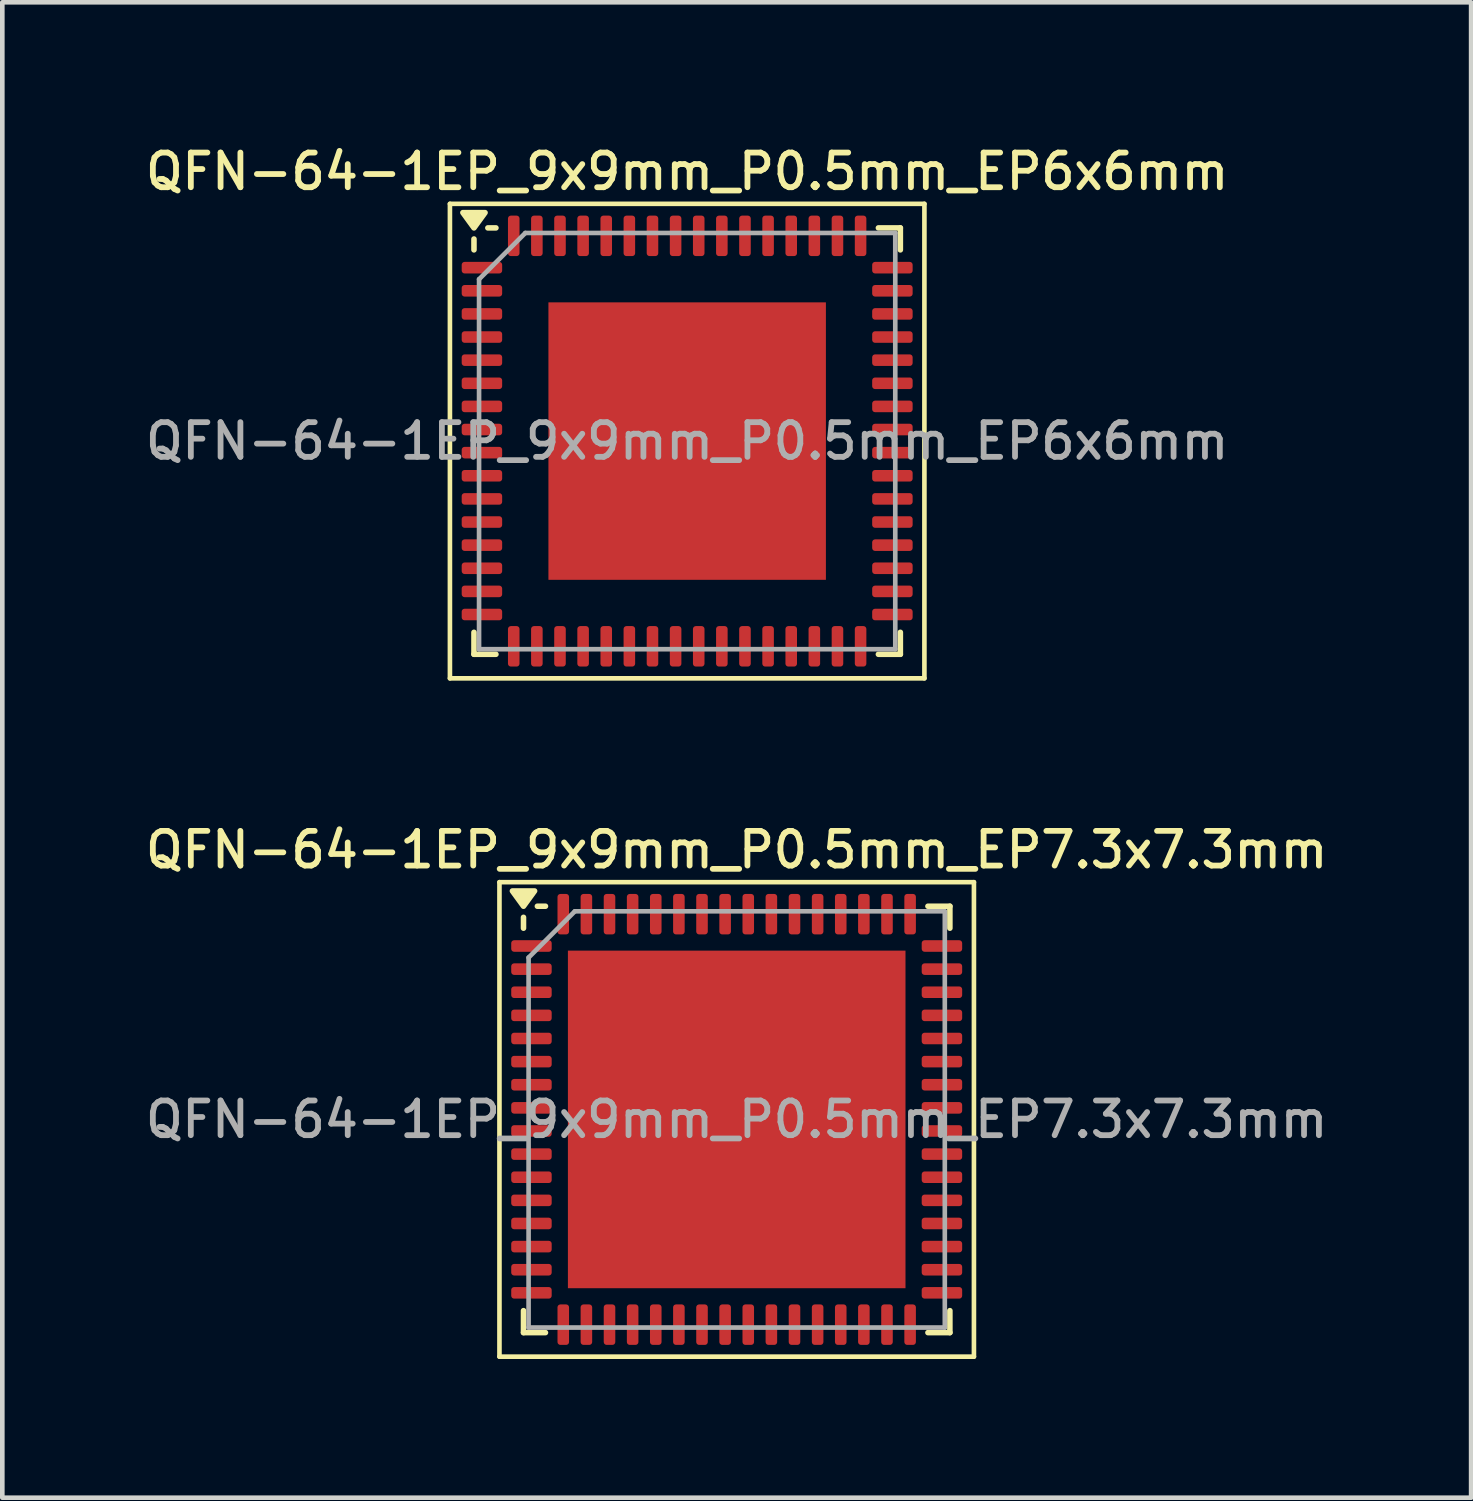
<source format=kicad_pcb>
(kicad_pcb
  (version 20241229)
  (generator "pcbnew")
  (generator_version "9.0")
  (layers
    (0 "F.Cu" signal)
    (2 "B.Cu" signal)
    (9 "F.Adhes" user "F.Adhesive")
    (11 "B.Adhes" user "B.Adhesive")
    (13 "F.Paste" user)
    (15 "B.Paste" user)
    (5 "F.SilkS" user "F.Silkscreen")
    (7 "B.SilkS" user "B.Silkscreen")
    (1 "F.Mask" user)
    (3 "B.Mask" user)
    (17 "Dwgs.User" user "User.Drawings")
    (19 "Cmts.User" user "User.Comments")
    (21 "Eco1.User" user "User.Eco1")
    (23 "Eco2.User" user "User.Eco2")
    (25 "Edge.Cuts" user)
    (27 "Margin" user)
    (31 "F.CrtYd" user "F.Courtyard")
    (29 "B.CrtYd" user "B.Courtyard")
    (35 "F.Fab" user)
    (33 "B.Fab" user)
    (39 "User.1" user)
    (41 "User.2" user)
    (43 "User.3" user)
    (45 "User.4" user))
  (footprint "QFN-64-1EP_9x9mm_P0.5mm_EP7.3x7.3mm"
    (layer "F.Cu")
    (at 12.88 21.156)
    (property "Reference" "QFN-64-1EP_9x9mm_P0.5mm_EP7.3x7.3mm" (at 0 -5.83 0) (layer "F.SilkS") (effects (font (size 0.75 0.75) (thickness 0.125))))
    (attr smd)
    (fp_line (start -5.13 -5.13) (end -5.13 5.13) (stroke (width 0.1) (type solid)) (layer "F.SilkS"))
    (fp_line (start -5.13 5.13) (end 5.13 5.13) (stroke (width 0.1) (type solid)) (layer "F.SilkS"))
    (fp_line (start -4.61 -4.135) (end -4.61 -4.37) (stroke (width 0.12) (type solid)) (layer "F.SilkS"))
    (fp_line (start -4.61 4.61) (end -4.61 4.135) (stroke (width 0.12) (type solid)) (layer "F.SilkS"))
    (fp_line (start -4.135 -4.61) (end -4.31 -4.61) (stroke (width 0.12) (type solid)) (layer "F.SilkS"))
    (fp_line (start -4.135 4.61) (end -4.61 4.61) (stroke (width 0.12) (type solid)) (layer "F.SilkS"))
    (fp_line (start 4.135 -4.61) (end 4.61 -4.61) (stroke (width 0.12) (type solid)) (layer "F.SilkS"))
    (fp_line (start 4.135 4.61) (end 4.61 4.61) (stroke (width 0.12) (type solid)) (layer "F.SilkS"))
    (fp_line (start 4.61 -4.61) (end 4.61 -4.135) (stroke (width 0.12) (type solid)) (layer "F.SilkS"))
    (fp_line (start 4.61 4.61) (end 4.61 4.135) (stroke (width 0.12) (type solid)) (layer "F.SilkS"))
    (fp_line (start 5.13 -5.13) (end -5.13 -5.13) (stroke (width 0.1) (type solid)) (layer "F.SilkS"))
    (fp_line (start 5.13 5.13) (end 5.13 -5.13) (stroke (width 0.1) (type solid)) (layer "F.SilkS"))
    (fp_poly (pts (xy -4.61 -4.61) (xy -4.85 -4.94) (xy -4.37 -4.94) (xy -4.61 -4.61)) (stroke (width 0.12) (type solid)) (fill yes) (layer "F.SilkS"))
    (fp_line (start -4.5 -3.5) (end -3.5 -4.5) (stroke (width 0.1) (type solid)) (layer "F.Fab"))
    (fp_line (start -4.5 4.5) (end -4.5 -3.5) (stroke (width 0.1) (type solid)) (layer "F.Fab"))
    (fp_line (start -3.5 -4.5) (end 4.5 -4.5) (stroke (width 0.1) (type solid)) (layer "F.Fab"))
    (fp_line (start 4.5 -4.5) (end 4.5 4.5) (stroke (width 0.1) (type solid)) (layer "F.Fab"))
    (fp_line (start 4.5 4.5) (end -4.5 4.5) (stroke (width 0.1) (type solid)) (layer "F.Fab"))
    (fp_text user "${REFERENCE}" (at 0 0 0) (layer "F.Fab") (effects (font (size 0.75 0.75) (thickness 0.125))))
    (pad "" smd roundrect (at -2.92 -2.92) (size 1.18 1.18) (layers "F.Paste") (roundrect_rratio 0.212))
    (pad "" smd roundrect (at -2.92 -1.46) (size 1.18 1.18) (layers "F.Paste") (roundrect_rratio 0.212))
    (pad "" smd roundrect (at -2.92 0) (size 1.18 1.18) (layers "F.Paste") (roundrect_rratio 0.212))
    (pad "" smd roundrect (at -2.92 1.46) (size 1.18 1.18) (layers "F.Paste") (roundrect_rratio 0.212))
    (pad "" smd roundrect (at -2.92 2.92) (size 1.18 1.18) (layers "F.Paste") (roundrect_rratio 0.212))
    (pad "" smd roundrect (at -1.46 -2.92) (size 1.18 1.18) (layers "F.Paste") (roundrect_rratio 0.212))
    (pad "" smd roundrect (at -1.46 -1.46) (size 1.18 1.18) (layers "F.Paste") (roundrect_rratio 0.212))
    (pad "" smd roundrect (at -1.46 0) (size 1.18 1.18) (layers "F.Paste") (roundrect_rratio 0.212))
    (pad "" smd roundrect (at -1.46 1.46) (size 1.18 1.18) (layers "F.Paste") (roundrect_rratio 0.212))
    (pad "" smd roundrect (at -1.46 2.92) (size 1.18 1.18) (layers "F.Paste") (roundrect_rratio 0.212))
    (pad "" smd roundrect (at 0 -2.92) (size 1.18 1.18) (layers "F.Paste") (roundrect_rratio 0.212))
    (pad "" smd roundrect (at 0 -1.46) (size 1.18 1.18) (layers "F.Paste") (roundrect_rratio 0.212))
    (pad "" smd roundrect (at 0 0) (size 1.18 1.18) (layers "F.Paste") (roundrect_rratio 0.212))
    (pad "" smd roundrect (at 0 1.46) (size 1.18 1.18) (layers "F.Paste") (roundrect_rratio 0.212))
    (pad "" smd roundrect (at 0 2.92) (size 1.18 1.18) (layers "F.Paste") (roundrect_rratio 0.212))
    (pad "" smd roundrect (at 1.46 -2.92) (size 1.18 1.18) (layers "F.Paste") (roundrect_rratio 0.212))
    (pad "" smd roundrect (at 1.46 -1.46) (size 1.18 1.18) (layers "F.Paste") (roundrect_rratio 0.212))
    (pad "" smd roundrect (at 1.46 0) (size 1.18 1.18) (layers "F.Paste") (roundrect_rratio 0.212))
    (pad "" smd roundrect (at 1.46 1.46) (size 1.18 1.18) (layers "F.Paste") (roundrect_rratio 0.212))
    (pad "" smd roundrect (at 1.46 2.92) (size 1.18 1.18) (layers "F.Paste") (roundrect_rratio 0.212))
    (pad "" smd roundrect (at 2.92 -2.92) (size 1.18 1.18) (layers "F.Paste") (roundrect_rratio 0.212))
    (pad "" smd roundrect (at 2.92 -1.46) (size 1.18 1.18) (layers "F.Paste") (roundrect_rratio 0.212))
    (pad "" smd roundrect (at 2.92 0) (size 1.18 1.18) (layers "F.Paste") (roundrect_rratio 0.212))
    (pad "" smd roundrect (at 2.92 1.46) (size 1.18 1.18) (layers "F.Paste") (roundrect_rratio 0.212))
    (pad "" smd roundrect (at 2.92 2.92) (size 1.18 1.18) (layers "F.Paste") (roundrect_rratio 0.212))
    (pad "1" smd roundrect (at -4.438 -3.75) (size 0.875 0.25) (layers "F.Cu" "F.Mask" "F.Paste") (roundrect_rratio 0.25))
    (pad "2" smd roundrect (at -4.438 -3.25) (size 0.875 0.25) (layers "F.Cu" "F.Mask" "F.Paste") (roundrect_rratio 0.25))
    (pad "3" smd roundrect (at -4.438 -2.75) (size 0.875 0.25) (layers "F.Cu" "F.Mask" "F.Paste") (roundrect_rratio 0.25))
    (pad "4" smd roundrect (at -4.438 -2.25) (size 0.875 0.25) (layers "F.Cu" "F.Mask" "F.Paste") (roundrect_rratio 0.25))
    (pad "5" smd roundrect (at -4.438 -1.75) (size 0.875 0.25) (layers "F.Cu" "F.Mask" "F.Paste") (roundrect_rratio 0.25))
    (pad "6" smd roundrect (at -4.438 -1.25) (size 0.875 0.25) (layers "F.Cu" "F.Mask" "F.Paste") (roundrect_rratio 0.25))
    (pad "7" smd roundrect (at -4.438 -0.75) (size 0.875 0.25) (layers "F.Cu" "F.Mask" "F.Paste") (roundrect_rratio 0.25))
    (pad "8" smd roundrect (at -4.438 -0.25) (size 0.875 0.25) (layers "F.Cu" "F.Mask" "F.Paste") (roundrect_rratio 0.25))
    (pad "9" smd roundrect (at -4.438 0.25) (size 0.875 0.25) (layers "F.Cu" "F.Mask" "F.Paste") (roundrect_rratio 0.25))
    (pad "10" smd roundrect (at -4.438 0.75) (size 0.875 0.25) (layers "F.Cu" "F.Mask" "F.Paste") (roundrect_rratio 0.25))
    (pad "11" smd roundrect (at -4.438 1.25) (size 0.875 0.25) (layers "F.Cu" "F.Mask" "F.Paste") (roundrect_rratio 0.25))
    (pad "12" smd roundrect (at -4.438 1.75) (size 0.875 0.25) (layers "F.Cu" "F.Mask" "F.Paste") (roundrect_rratio 0.25))
    (pad "13" smd roundrect (at -4.438 2.25) (size 0.875 0.25) (layers "F.Cu" "F.Mask" "F.Paste") (roundrect_rratio 0.25))
    (pad "14" smd roundrect (at -4.438 2.75) (size 0.875 0.25) (layers "F.Cu" "F.Mask" "F.Paste") (roundrect_rratio 0.25))
    (pad "15" smd roundrect (at -4.438 3.25) (size 0.875 0.25) (layers "F.Cu" "F.Mask" "F.Paste") (roundrect_rratio 0.25))
    (pad "16" smd roundrect (at -4.438 3.75) (size 0.875 0.25) (layers "F.Cu" "F.Mask" "F.Paste") (roundrect_rratio 0.25))
    (pad "17" smd roundrect (at -3.75 4.438) (size 0.25 0.875) (layers "F.Cu" "F.Mask" "F.Paste") (roundrect_rratio 0.25))
    (pad "18" smd roundrect (at -3.25 4.438) (size 0.25 0.875) (layers "F.Cu" "F.Mask" "F.Paste") (roundrect_rratio 0.25))
    (pad "19" smd roundrect (at -2.75 4.438) (size 0.25 0.875) (layers "F.Cu" "F.Mask" "F.Paste") (roundrect_rratio 0.25))
    (pad "20" smd roundrect (at -2.25 4.438) (size 0.25 0.875) (layers "F.Cu" "F.Mask" "F.Paste") (roundrect_rratio 0.25))
    (pad "21" smd roundrect (at -1.75 4.438) (size 0.25 0.875) (layers "F.Cu" "F.Mask" "F.Paste") (roundrect_rratio 0.25))
    (pad "22" smd roundrect (at -1.25 4.438) (size 0.25 0.875) (layers "F.Cu" "F.Mask" "F.Paste") (roundrect_rratio 0.25))
    (pad "23" smd roundrect (at -0.75 4.438) (size 0.25 0.875) (layers "F.Cu" "F.Mask" "F.Paste") (roundrect_rratio 0.25))
    (pad "24" smd roundrect (at -0.25 4.438) (size 0.25 0.875) (layers "F.Cu" "F.Mask" "F.Paste") (roundrect_rratio 0.25))
    (pad "25" smd roundrect (at 0.25 4.438) (size 0.25 0.875) (layers "F.Cu" "F.Mask" "F.Paste") (roundrect_rratio 0.25))
    (pad "26" smd roundrect (at 0.75 4.438) (size 0.25 0.875) (layers "F.Cu" "F.Mask" "F.Paste") (roundrect_rratio 0.25))
    (pad "27" smd roundrect (at 1.25 4.438) (size 0.25 0.875) (layers "F.Cu" "F.Mask" "F.Paste") (roundrect_rratio 0.25))
    (pad "28" smd roundrect (at 1.75 4.438) (size 0.25 0.875) (layers "F.Cu" "F.Mask" "F.Paste") (roundrect_rratio 0.25))
    (pad "29" smd roundrect (at 2.25 4.438) (size 0.25 0.875) (layers "F.Cu" "F.Mask" "F.Paste") (roundrect_rratio 0.25))
    (pad "30" smd roundrect (at 2.75 4.438) (size 0.25 0.875) (layers "F.Cu" "F.Mask" "F.Paste") (roundrect_rratio 0.25))
    (pad "31" smd roundrect (at 3.25 4.438) (size 0.25 0.875) (layers "F.Cu" "F.Mask" "F.Paste") (roundrect_rratio 0.25))
    (pad "32" smd roundrect (at 3.75 4.438) (size 0.25 0.875) (layers "F.Cu" "F.Mask" "F.Paste") (roundrect_rratio 0.25))
    (pad "33" smd roundrect (at 4.438 3.75) (size 0.875 0.25) (layers "F.Cu" "F.Mask" "F.Paste") (roundrect_rratio 0.25))
    (pad "34" smd roundrect (at 4.438 3.25) (size 0.875 0.25) (layers "F.Cu" "F.Mask" "F.Paste") (roundrect_rratio 0.25))
    (pad "35" smd roundrect (at 4.438 2.75) (size 0.875 0.25) (layers "F.Cu" "F.Mask" "F.Paste") (roundrect_rratio 0.25))
    (pad "36" smd roundrect (at 4.438 2.25) (size 0.875 0.25) (layers "F.Cu" "F.Mask" "F.Paste") (roundrect_rratio 0.25))
    (pad "37" smd roundrect (at 4.438 1.75) (size 0.875 0.25) (layers "F.Cu" "F.Mask" "F.Paste") (roundrect_rratio 0.25))
    (pad "38" smd roundrect (at 4.438 1.25) (size 0.875 0.25) (layers "F.Cu" "F.Mask" "F.Paste") (roundrect_rratio 0.25))
    (pad "39" smd roundrect (at 4.438 0.75) (size 0.875 0.25) (layers "F.Cu" "F.Mask" "F.Paste") (roundrect_rratio 0.25))
    (pad "40" smd roundrect (at 4.438 0.25) (size 0.875 0.25) (layers "F.Cu" "F.Mask" "F.Paste") (roundrect_rratio 0.25))
    (pad "41" smd roundrect (at 4.438 -0.25) (size 0.875 0.25) (layers "F.Cu" "F.Mask" "F.Paste") (roundrect_rratio 0.25))
    (pad "42" smd roundrect (at 4.438 -0.75) (size 0.875 0.25) (layers "F.Cu" "F.Mask" "F.Paste") (roundrect_rratio 0.25))
    (pad "43" smd roundrect (at 4.438 -1.25) (size 0.875 0.25) (layers "F.Cu" "F.Mask" "F.Paste") (roundrect_rratio 0.25))
    (pad "44" smd roundrect (at 4.438 -1.75) (size 0.875 0.25) (layers "F.Cu" "F.Mask" "F.Paste") (roundrect_rratio 0.25))
    (pad "45" smd roundrect (at 4.438 -2.25) (size 0.875 0.25) (layers "F.Cu" "F.Mask" "F.Paste") (roundrect_rratio 0.25))
    (pad "46" smd roundrect (at 4.438 -2.75) (size 0.875 0.25) (layers "F.Cu" "F.Mask" "F.Paste") (roundrect_rratio 0.25))
    (pad "47" smd roundrect (at 4.438 -3.25) (size 0.875 0.25) (layers "F.Cu" "F.Mask" "F.Paste") (roundrect_rratio 0.25))
    (pad "48" smd roundrect (at 4.438 -3.75) (size 0.875 0.25) (layers "F.Cu" "F.Mask" "F.Paste") (roundrect_rratio 0.25))
    (pad "49" smd roundrect (at 3.75 -4.438) (size 0.25 0.875) (layers "F.Cu" "F.Mask" "F.Paste") (roundrect_rratio 0.25))
    (pad "50" smd roundrect (at 3.25 -4.438) (size 0.25 0.875) (layers "F.Cu" "F.Mask" "F.Paste") (roundrect_rratio 0.25))
    (pad "51" smd roundrect (at 2.75 -4.438) (size 0.25 0.875) (layers "F.Cu" "F.Mask" "F.Paste") (roundrect_rratio 0.25))
    (pad "52" smd roundrect (at 2.25 -4.438) (size 0.25 0.875) (layers "F.Cu" "F.Mask" "F.Paste") (roundrect_rratio 0.25))
    (pad "53" smd roundrect (at 1.75 -4.438) (size 0.25 0.875) (layers "F.Cu" "F.Mask" "F.Paste") (roundrect_rratio 0.25))
    (pad "54" smd roundrect (at 1.25 -4.438) (size 0.25 0.875) (layers "F.Cu" "F.Mask" "F.Paste") (roundrect_rratio 0.25))
    (pad "55" smd roundrect (at 0.75 -4.438) (size 0.25 0.875) (layers "F.Cu" "F.Mask" "F.Paste") (roundrect_rratio 0.25))
    (pad "56" smd roundrect (at 0.25 -4.438) (size 0.25 0.875) (layers "F.Cu" "F.Mask" "F.Paste") (roundrect_rratio 0.25))
    (pad "57" smd roundrect (at -0.25 -4.438) (size 0.25 0.875) (layers "F.Cu" "F.Mask" "F.Paste") (roundrect_rratio 0.25))
    (pad "58" smd roundrect (at -0.75 -4.438) (size 0.25 0.875) (layers "F.Cu" "F.Mask" "F.Paste") (roundrect_rratio 0.25))
    (pad "59" smd roundrect (at -1.25 -4.438) (size 0.25 0.875) (layers "F.Cu" "F.Mask" "F.Paste") (roundrect_rratio 0.25))
    (pad "60" smd roundrect (at -1.75 -4.438) (size 0.25 0.875) (layers "F.Cu" "F.Mask" "F.Paste") (roundrect_rratio 0.25))
    (pad "61" smd roundrect (at -2.25 -4.438) (size 0.25 0.875) (layers "F.Cu" "F.Mask" "F.Paste") (roundrect_rratio 0.25))
    (pad "62" smd roundrect (at -2.75 -4.438) (size 0.25 0.875) (layers "F.Cu" "F.Mask" "F.Paste") (roundrect_rratio 0.25))
    (pad "63" smd roundrect (at -3.25 -4.438) (size 0.25 0.875) (layers "F.Cu" "F.Mask" "F.Paste") (roundrect_rratio 0.25))
    (pad "64" smd roundrect (at -3.75 -4.438) (size 0.25 0.875) (layers "F.Cu" "F.Mask" "F.Paste") (roundrect_rratio 0.25))
    (pad "65" smd rect (at 0 0) (size 7.3 7.3) (property pad_prop_heatsink) (layers "F.Cu" "F.Mask")))
  (footprint "QFN-64-1EP_9x9mm_P0.5mm_EP6x6mm"
    (layer "F.Cu")
    (at 11.809 6.488)
    (property "Reference" "QFN-64-1EP_9x9mm_P0.5mm_EP6x6mm" (at 0 -5.83 0) (layer "F.SilkS") (effects (font (size 0.75 0.75) (thickness 0.125))))
    (attr smd)
    (fp_line (start -5.13 -5.13) (end -5.13 5.13) (stroke (width 0.1) (type solid)) (layer "F.SilkS"))
    (fp_line (start -5.13 5.13) (end 5.13 5.13) (stroke (width 0.1) (type solid)) (layer "F.SilkS"))
    (fp_line (start -4.61 -4.135) (end -4.61 -4.37) (stroke (width 0.12) (type solid)) (layer "F.SilkS"))
    (fp_line (start -4.61 4.61) (end -4.61 4.135) (stroke (width 0.12) (type solid)) (layer "F.SilkS"))
    (fp_line (start -4.135 -4.61) (end -4.31 -4.61) (stroke (width 0.12) (type solid)) (layer "F.SilkS"))
    (fp_line (start -4.135 4.61) (end -4.61 4.61) (stroke (width 0.12) (type solid)) (layer "F.SilkS"))
    (fp_line (start 4.135 -4.61) (end 4.61 -4.61) (stroke (width 0.12) (type solid)) (layer "F.SilkS"))
    (fp_line (start 4.135 4.61) (end 4.61 4.61) (stroke (width 0.12) (type solid)) (layer "F.SilkS"))
    (fp_line (start 4.61 -4.61) (end 4.61 -4.135) (stroke (width 0.12) (type solid)) (layer "F.SilkS"))
    (fp_line (start 4.61 4.61) (end 4.61 4.135) (stroke (width 0.12) (type solid)) (layer "F.SilkS"))
    (fp_line (start 5.13 -5.13) (end -5.13 -5.13) (stroke (width 0.1) (type solid)) (layer "F.SilkS"))
    (fp_line (start 5.13 5.13) (end 5.13 -5.13) (stroke (width 0.1) (type solid)) (layer "F.SilkS"))
    (fp_poly (pts (xy -4.61 -4.61) (xy -4.85 -4.94) (xy -4.37 -4.94) (xy -4.61 -4.61)) (stroke (width 0.12) (type solid)) (fill yes) (layer "F.SilkS"))
    (fp_line (start -4.5 -3.5) (end -3.5 -4.5) (stroke (width 0.1) (type solid)) (layer "F.Fab"))
    (fp_line (start -4.5 4.5) (end -4.5 -3.5) (stroke (width 0.1) (type solid)) (layer "F.Fab"))
    (fp_line (start -3.5 -4.5) (end 4.5 -4.5) (stroke (width 0.1) (type solid)) (layer "F.Fab"))
    (fp_line (start 4.5 -4.5) (end 4.5 4.5) (stroke (width 0.1) (type solid)) (layer "F.Fab"))
    (fp_line (start 4.5 4.5) (end -4.5 4.5) (stroke (width 0.1) (type solid)) (layer "F.Fab"))
    (fp_text user "${REFERENCE}" (at 0 0 0) (layer "F.Fab") (effects (font (size 0.75 0.75) (thickness 0.125))))
    (pad "" smd roundrect (at -2.25 -2.25) (size 1.21 1.21) (layers "F.Paste") (roundrect_rratio 0.207))
    (pad "" smd roundrect (at -2.25 -0.75) (size 1.21 1.21) (layers "F.Paste") (roundrect_rratio 0.207))
    (pad "" smd roundrect (at -2.25 0.75) (size 1.21 1.21) (layers "F.Paste") (roundrect_rratio 0.207))
    (pad "" smd roundrect (at -2.25 2.25) (size 1.21 1.21) (layers "F.Paste") (roundrect_rratio 0.207))
    (pad "" smd roundrect (at -0.75 -2.25) (size 1.21 1.21) (layers "F.Paste") (roundrect_rratio 0.207))
    (pad "" smd roundrect (at -0.75 -0.75) (size 1.21 1.21) (layers "F.Paste") (roundrect_rratio 0.207))
    (pad "" smd roundrect (at -0.75 0.75) (size 1.21 1.21) (layers "F.Paste") (roundrect_rratio 0.207))
    (pad "" smd roundrect (at -0.75 2.25) (size 1.21 1.21) (layers "F.Paste") (roundrect_rratio 0.207))
    (pad "" smd roundrect (at 0.75 -2.25) (size 1.21 1.21) (layers "F.Paste") (roundrect_rratio 0.207))
    (pad "" smd roundrect (at 0.75 -0.75) (size 1.21 1.21) (layers "F.Paste") (roundrect_rratio 0.207))
    (pad "" smd roundrect (at 0.75 0.75) (size 1.21 1.21) (layers "F.Paste") (roundrect_rratio 0.207))
    (pad "" smd roundrect (at 0.75 2.25) (size 1.21 1.21) (layers "F.Paste") (roundrect_rratio 0.207))
    (pad "" smd roundrect (at 2.25 -2.25) (size 1.21 1.21) (layers "F.Paste") (roundrect_rratio 0.207))
    (pad "" smd roundrect (at 2.25 -0.75) (size 1.21 1.21) (layers "F.Paste") (roundrect_rratio 0.207))
    (pad "" smd roundrect (at 2.25 0.75) (size 1.21 1.21) (layers "F.Paste") (roundrect_rratio 0.207))
    (pad "" smd roundrect (at 2.25 2.25) (size 1.21 1.21) (layers "F.Paste") (roundrect_rratio 0.207))
    (pad "1" smd roundrect (at -4.438 -3.75) (size 0.875 0.25) (layers "F.Cu" "F.Mask" "F.Paste") (roundrect_rratio 0.25))
    (pad "2" smd roundrect (at -4.438 -3.25) (size 0.875 0.25) (layers "F.Cu" "F.Mask" "F.Paste") (roundrect_rratio 0.25))
    (pad "3" smd roundrect (at -4.438 -2.75) (size 0.875 0.25) (layers "F.Cu" "F.Mask" "F.Paste") (roundrect_rratio 0.25))
    (pad "4" smd roundrect (at -4.438 -2.25) (size 0.875 0.25) (layers "F.Cu" "F.Mask" "F.Paste") (roundrect_rratio 0.25))
    (pad "5" smd roundrect (at -4.438 -1.75) (size 0.875 0.25) (layers "F.Cu" "F.Mask" "F.Paste") (roundrect_rratio 0.25))
    (pad "6" smd roundrect (at -4.438 -1.25) (size 0.875 0.25) (layers "F.Cu" "F.Mask" "F.Paste") (roundrect_rratio 0.25))
    (pad "7" smd roundrect (at -4.438 -0.75) (size 0.875 0.25) (layers "F.Cu" "F.Mask" "F.Paste") (roundrect_rratio 0.25))
    (pad "8" smd roundrect (at -4.438 -0.25) (size 0.875 0.25) (layers "F.Cu" "F.Mask" "F.Paste") (roundrect_rratio 0.25))
    (pad "9" smd roundrect (at -4.438 0.25) (size 0.875 0.25) (layers "F.Cu" "F.Mask" "F.Paste") (roundrect_rratio 0.25))
    (pad "10" smd roundrect (at -4.438 0.75) (size 0.875 0.25) (layers "F.Cu" "F.Mask" "F.Paste") (roundrect_rratio 0.25))
    (pad "11" smd roundrect (at -4.438 1.25) (size 0.875 0.25) (layers "F.Cu" "F.Mask" "F.Paste") (roundrect_rratio 0.25))
    (pad "12" smd roundrect (at -4.438 1.75) (size 0.875 0.25) (layers "F.Cu" "F.Mask" "F.Paste") (roundrect_rratio 0.25))
    (pad "13" smd roundrect (at -4.438 2.25) (size 0.875 0.25) (layers "F.Cu" "F.Mask" "F.Paste") (roundrect_rratio 0.25))
    (pad "14" smd roundrect (at -4.438 2.75) (size 0.875 0.25) (layers "F.Cu" "F.Mask" "F.Paste") (roundrect_rratio 0.25))
    (pad "15" smd roundrect (at -4.438 3.25) (size 0.875 0.25) (layers "F.Cu" "F.Mask" "F.Paste") (roundrect_rratio 0.25))
    (pad "16" smd roundrect (at -4.438 3.75) (size 0.875 0.25) (layers "F.Cu" "F.Mask" "F.Paste") (roundrect_rratio 0.25))
    (pad "17" smd roundrect (at -3.75 4.438) (size 0.25 0.875) (layers "F.Cu" "F.Mask" "F.Paste") (roundrect_rratio 0.25))
    (pad "18" smd roundrect (at -3.25 4.438) (size 0.25 0.875) (layers "F.Cu" "F.Mask" "F.Paste") (roundrect_rratio 0.25))
    (pad "19" smd roundrect (at -2.75 4.438) (size 0.25 0.875) (layers "F.Cu" "F.Mask" "F.Paste") (roundrect_rratio 0.25))
    (pad "20" smd roundrect (at -2.25 4.438) (size 0.25 0.875) (layers "F.Cu" "F.Mask" "F.Paste") (roundrect_rratio 0.25))
    (pad "21" smd roundrect (at -1.75 4.438) (size 0.25 0.875) (layers "F.Cu" "F.Mask" "F.Paste") (roundrect_rratio 0.25))
    (pad "22" smd roundrect (at -1.25 4.438) (size 0.25 0.875) (layers "F.Cu" "F.Mask" "F.Paste") (roundrect_rratio 0.25))
    (pad "23" smd roundrect (at -0.75 4.438) (size 0.25 0.875) (layers "F.Cu" "F.Mask" "F.Paste") (roundrect_rratio 0.25))
    (pad "24" smd roundrect (at -0.25 4.438) (size 0.25 0.875) (layers "F.Cu" "F.Mask" "F.Paste") (roundrect_rratio 0.25))
    (pad "25" smd roundrect (at 0.25 4.438) (size 0.25 0.875) (layers "F.Cu" "F.Mask" "F.Paste") (roundrect_rratio 0.25))
    (pad "26" smd roundrect (at 0.75 4.438) (size 0.25 0.875) (layers "F.Cu" "F.Mask" "F.Paste") (roundrect_rratio 0.25))
    (pad "27" smd roundrect (at 1.25 4.438) (size 0.25 0.875) (layers "F.Cu" "F.Mask" "F.Paste") (roundrect_rratio 0.25))
    (pad "28" smd roundrect (at 1.75 4.438) (size 0.25 0.875) (layers "F.Cu" "F.Mask" "F.Paste") (roundrect_rratio 0.25))
    (pad "29" smd roundrect (at 2.25 4.438) (size 0.25 0.875) (layers "F.Cu" "F.Mask" "F.Paste") (roundrect_rratio 0.25))
    (pad "30" smd roundrect (at 2.75 4.438) (size 0.25 0.875) (layers "F.Cu" "F.Mask" "F.Paste") (roundrect_rratio 0.25))
    (pad "31" smd roundrect (at 3.25 4.438) (size 0.25 0.875) (layers "F.Cu" "F.Mask" "F.Paste") (roundrect_rratio 0.25))
    (pad "32" smd roundrect (at 3.75 4.438) (size 0.25 0.875) (layers "F.Cu" "F.Mask" "F.Paste") (roundrect_rratio 0.25))
    (pad "33" smd roundrect (at 4.438 3.75) (size 0.875 0.25) (layers "F.Cu" "F.Mask" "F.Paste") (roundrect_rratio 0.25))
    (pad "34" smd roundrect (at 4.438 3.25) (size 0.875 0.25) (layers "F.Cu" "F.Mask" "F.Paste") (roundrect_rratio 0.25))
    (pad "35" smd roundrect (at 4.438 2.75) (size 0.875 0.25) (layers "F.Cu" "F.Mask" "F.Paste") (roundrect_rratio 0.25))
    (pad "36" smd roundrect (at 4.438 2.25) (size 0.875 0.25) (layers "F.Cu" "F.Mask" "F.Paste") (roundrect_rratio 0.25))
    (pad "37" smd roundrect (at 4.438 1.75) (size 0.875 0.25) (layers "F.Cu" "F.Mask" "F.Paste") (roundrect_rratio 0.25))
    (pad "38" smd roundrect (at 4.438 1.25) (size 0.875 0.25) (layers "F.Cu" "F.Mask" "F.Paste") (roundrect_rratio 0.25))
    (pad "39" smd roundrect (at 4.438 0.75) (size 0.875 0.25) (layers "F.Cu" "F.Mask" "F.Paste") (roundrect_rratio 0.25))
    (pad "40" smd roundrect (at 4.438 0.25) (size 0.875 0.25) (layers "F.Cu" "F.Mask" "F.Paste") (roundrect_rratio 0.25))
    (pad "41" smd roundrect (at 4.438 -0.25) (size 0.875 0.25) (layers "F.Cu" "F.Mask" "F.Paste") (roundrect_rratio 0.25))
    (pad "42" smd roundrect (at 4.438 -0.75) (size 0.875 0.25) (layers "F.Cu" "F.Mask" "F.Paste") (roundrect_rratio 0.25))
    (pad "43" smd roundrect (at 4.438 -1.25) (size 0.875 0.25) (layers "F.Cu" "F.Mask" "F.Paste") (roundrect_rratio 0.25))
    (pad "44" smd roundrect (at 4.438 -1.75) (size 0.875 0.25) (layers "F.Cu" "F.Mask" "F.Paste") (roundrect_rratio 0.25))
    (pad "45" smd roundrect (at 4.438 -2.25) (size 0.875 0.25) (layers "F.Cu" "F.Mask" "F.Paste") (roundrect_rratio 0.25))
    (pad "46" smd roundrect (at 4.438 -2.75) (size 0.875 0.25) (layers "F.Cu" "F.Mask" "F.Paste") (roundrect_rratio 0.25))
    (pad "47" smd roundrect (at 4.438 -3.25) (size 0.875 0.25) (layers "F.Cu" "F.Mask" "F.Paste") (roundrect_rratio 0.25))
    (pad "48" smd roundrect (at 4.438 -3.75) (size 0.875 0.25) (layers "F.Cu" "F.Mask" "F.Paste") (roundrect_rratio 0.25))
    (pad "49" smd roundrect (at 3.75 -4.438) (size 0.25 0.875) (layers "F.Cu" "F.Mask" "F.Paste") (roundrect_rratio 0.25))
    (pad "50" smd roundrect (at 3.25 -4.438) (size 0.25 0.875) (layers "F.Cu" "F.Mask" "F.Paste") (roundrect_rratio 0.25))
    (pad "51" smd roundrect (at 2.75 -4.438) (size 0.25 0.875) (layers "F.Cu" "F.Mask" "F.Paste") (roundrect_rratio 0.25))
    (pad "52" smd roundrect (at 2.25 -4.438) (size 0.25 0.875) (layers "F.Cu" "F.Mask" "F.Paste") (roundrect_rratio 0.25))
    (pad "53" smd roundrect (at 1.75 -4.438) (size 0.25 0.875) (layers "F.Cu" "F.Mask" "F.Paste") (roundrect_rratio 0.25))
    (pad "54" smd roundrect (at 1.25 -4.438) (size 0.25 0.875) (layers "F.Cu" "F.Mask" "F.Paste") (roundrect_rratio 0.25))
    (pad "55" smd roundrect (at 0.75 -4.438) (size 0.25 0.875) (layers "F.Cu" "F.Mask" "F.Paste") (roundrect_rratio 0.25))
    (pad "56" smd roundrect (at 0.25 -4.438) (size 0.25 0.875) (layers "F.Cu" "F.Mask" "F.Paste") (roundrect_rratio 0.25))
    (pad "57" smd roundrect (at -0.25 -4.438) (size 0.25 0.875) (layers "F.Cu" "F.Mask" "F.Paste") (roundrect_rratio 0.25))
    (pad "58" smd roundrect (at -0.75 -4.438) (size 0.25 0.875) (layers "F.Cu" "F.Mask" "F.Paste") (roundrect_rratio 0.25))
    (pad "59" smd roundrect (at -1.25 -4.438) (size 0.25 0.875) (layers "F.Cu" "F.Mask" "F.Paste") (roundrect_rratio 0.25))
    (pad "60" smd roundrect (at -1.75 -4.438) (size 0.25 0.875) (layers "F.Cu" "F.Mask" "F.Paste") (roundrect_rratio 0.25))
    (pad "61" smd roundrect (at -2.25 -4.438) (size 0.25 0.875) (layers "F.Cu" "F.Mask" "F.Paste") (roundrect_rratio 0.25))
    (pad "62" smd roundrect (at -2.75 -4.438) (size 0.25 0.875) (layers "F.Cu" "F.Mask" "F.Paste") (roundrect_rratio 0.25))
    (pad "63" smd roundrect (at -3.25 -4.438) (size 0.25 0.875) (layers "F.Cu" "F.Mask" "F.Paste") (roundrect_rratio 0.25))
    (pad "64" smd roundrect (at -3.75 -4.438) (size 0.25 0.875) (layers "F.Cu" "F.Mask" "F.Paste") (roundrect_rratio 0.25))
    (pad "65" smd rect (at 0 0) (size 6 6) (property pad_prop_heatsink) (layers "F.Cu" "F.Mask")))
  (gr_rect
    (start -3 -3)
    (end 28.761 29.336)
    (stroke (width 0.1) (type default))
    (fill no)
    (layer "Edge.Cuts")))
</source>
